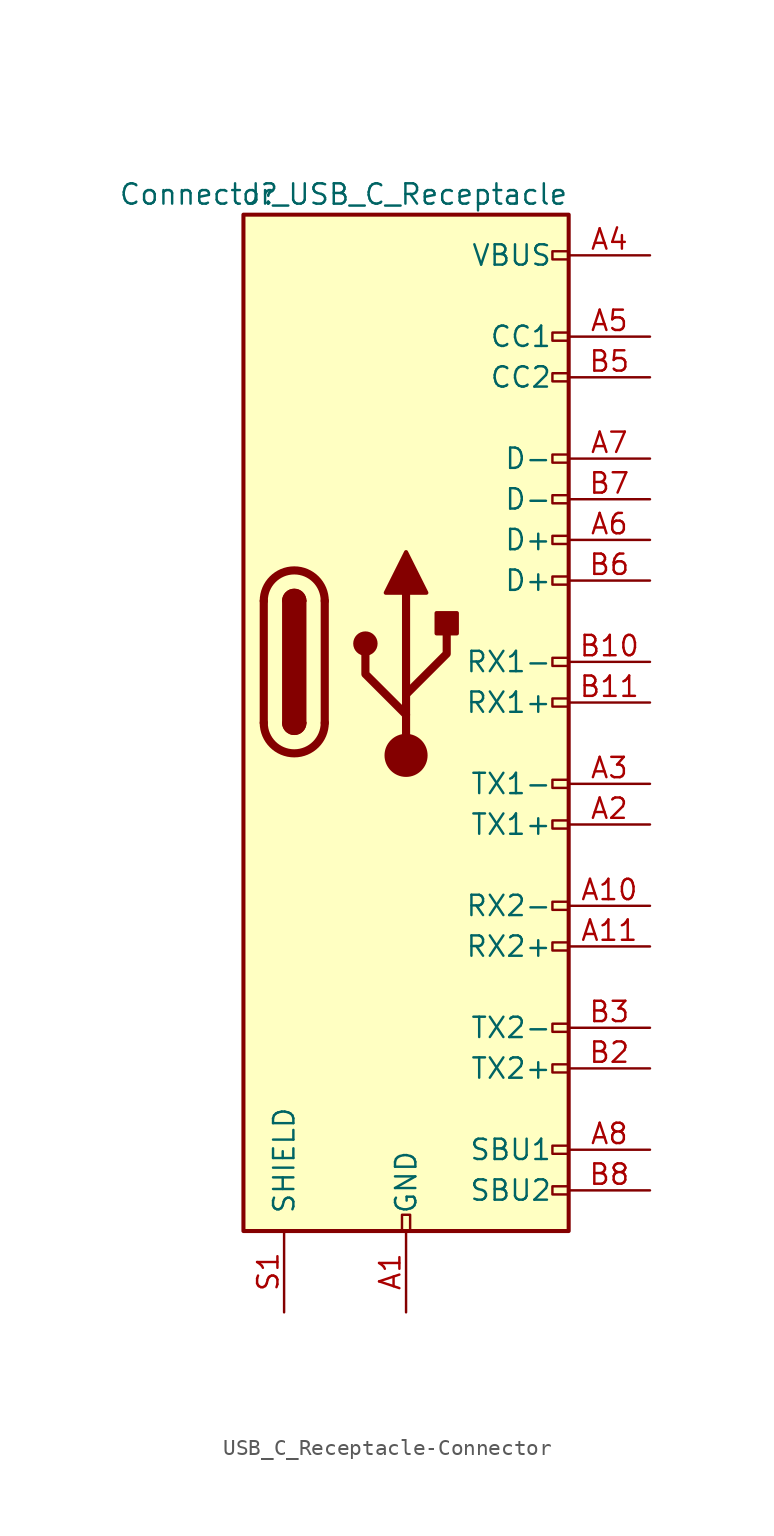
<source format=kicad_sym>
(kicad_symbol_lib
  (version 20220914)
  (generator kicad_symbol_editor)
  (symbol "USB_C_Receptacle-Connector"
    (pin_names
      (offset 1.016))
    (property "Reference" "J"
      (at -10.16 29.21 0)
      (effects (font (size 1.27 1.27)) (justify left)))
    (property "Value" "Connector_USB_C_Receptacle"
      (at 10.16 29.21 0)
      (effects (font (size 1.27 1.27)) (justify right)))
    (symbol "USB_C_Receptacle-Connector_0_0"
      (rectangle (start -0.254 -35.56) (end 0.254 -34.544) (stroke (width 0) (type solid)) (fill (type none)))
      (rectangle (start 10.16 -32.766) (end 9.144 -33.274) (stroke (width 0) (type solid)) (fill (type none)))
      (rectangle (start 10.16 -30.226) (end 9.144 -30.734) (stroke (width 0) (type solid)) (fill (type none)))
      (rectangle (start 10.16 -25.146) (end 9.144 -25.654) (stroke (width 0) (type solid)) (fill (type none)))
      (rectangle (start 10.16 -22.606) (end 9.144 -23.114) (stroke (width 0) (type solid)) (fill (type none)))
      (rectangle (start 10.16 -17.526) (end 9.144 -18.034) (stroke (width 0) (type solid)) (fill (type none)))
      (rectangle (start 10.16 -14.986) (end 9.144 -15.494) (stroke (width 0) (type solid)) (fill (type none)))
      (rectangle (start 10.16 -9.906) (end 9.144 -10.414) (stroke (width 0) (type solid)) (fill (type none)))
      (rectangle (start 10.16 -7.366) (end 9.144 -7.874) (stroke (width 0) (type solid)) (fill (type none)))
      (rectangle (start 10.16 -2.286) (end 9.144 -2.794) (stroke (width 0) (type solid)) (fill (type none)))
      (rectangle (start 10.16 0.254) (end 9.144 -0.254) (stroke (width 0) (type solid)) (fill (type none)))
      (rectangle (start 10.16 5.334) (end 9.144 4.826) (stroke (width 0) (type solid)) (fill (type none)))
      (rectangle (start 10.16 7.874) (end 9.144 7.366) (stroke (width 0) (type solid)) (fill (type none)))
      (rectangle (start 10.16 10.414) (end 9.144 9.906) (stroke (width 0) (type solid)) (fill (type none)))
      (rectangle (start 10.16 12.954) (end 9.144 12.446) (stroke (width 0) (type solid)) (fill (type none)))
      (rectangle (start 10.16 18.034) (end 9.144 17.526) (stroke (width 0) (type solid)) (fill (type none)))
      (rectangle (start 10.16 20.574) (end 9.144 20.066) (stroke (width 0) (type solid)) (fill (type none)))
      (rectangle (start 10.16 25.654) (end 9.144 25.146) (stroke (width 0) (type solid)) (fill (type none))))
    (symbol "USB_C_Receptacle-Connector_0_1"
      (rectangle (start -10.16 27.94) (end 10.16 -35.56) (stroke (width 0.254) (type solid)) (fill (type background)))
      (arc (start -8.89 -3.81) (mid -6.985 -5.7067) (end -5.08 -3.81) (stroke (width 0.508) (type solid)) (fill (type none)))
      (arc (start -7.62 -3.81) (mid -6.985 -4.4423) (end -6.35 -3.81) (stroke (width 0.254) (type solid)) (fill (type none)))
      (arc (start -7.62 -3.81) (mid -6.985 -4.4423) (end -6.35 -3.81) (stroke (width 0.254) (type solid)) (fill (type outline)))
      (rectangle (start -7.62 -3.81) (end -6.35 3.81) (stroke (width 0.254) (type solid)) (fill (type outline)))
      (arc (start -6.35 3.81) (mid -6.985 4.4423) (end -7.62 3.81) (stroke (width 0.254) (type solid)) (fill (type none)))
      (arc (start -6.35 3.81) (mid -6.985 4.4423) (end -7.62 3.81) (stroke (width 0.254) (type solid)) (fill (type outline)))
      (arc (start -5.08 3.81) (mid -6.985 5.7067) (end -8.89 3.81) (stroke (width 0.508) (type solid)) (fill (type none)))
      (polyline (pts (xy -8.89 -3.81) (xy -8.89 3.81)) (stroke (width 0.508) (type solid)) (fill (type none)))
      (polyline (pts (xy -5.08 3.81) (xy -5.08 -3.81)) (stroke (width 0.508) (type solid)) (fill (type none))))
    (symbol "USB_C_Receptacle-Connector_1_1"
      (circle (center -2.54 1.143) (radius 0.635) (stroke (width 0.254) (type solid)) (fill (type outline)))
      (circle (center 0 -5.842) (radius 1.27) (stroke (width 0) (type solid)) (fill (type outline)))
      (polyline (pts (xy 0 -5.842) (xy 0 4.318)) (stroke (width 0.508) (type solid)) (fill (type none)))
      (polyline (pts (xy 0 -3.302) (xy -2.54 -0.762) (xy -2.54 0.508)) (stroke (width 0.508) (type solid)) (fill (type none)))
      (polyline (pts (xy 0 -2.032) (xy 2.54 0.508) (xy 2.54 1.778)) (stroke (width 0.508) (type solid)) (fill (type none)))
      (polyline (pts (xy -1.27 4.318) (xy 0 6.858) (xy 1.27 4.318) (xy -1.27 4.318)) (stroke (width 0.254) (type solid)) (fill (type outline)))
      (rectangle (start 1.905 1.778) (end 3.175 3.048) (stroke (width 0.254) (type solid)) (fill (type outline)))
      (pin power_in line (at 0 -40.64 90) (length 5.08) (name "GND" (effects (font (size 1.27 1.27)))) (number "A1" (effects (font (size 1.27 1.27)))))
      (pin bidirectional line (at 15.24 -15.24 180) (length 5.08) (name "RX2-" (effects (font (size 1.27 1.27)))) (number "A10" (effects (font (size 1.27 1.27)))))
      (pin bidirectional line (at 15.24 -17.78 180) (length 5.08) (name "RX2+" (effects (font (size 1.27 1.27)))) (number "A11" (effects (font (size 1.27 1.27)))))
      (pin passive line (at 0 -40.64 90) (length 5.08) hide (name "GND" (effects (font (size 1.27 1.27)))) (number "A12" (effects (font (size 1.27 1.27)))))
      (pin bidirectional line (at 15.24 -10.16 180) (length 5.08) (name "TX1+" (effects (font (size 1.27 1.27)))) (number "A2" (effects (font (size 1.27 1.27)))))
      (pin bidirectional line (at 15.24 -7.62 180) (length 5.08) (name "TX1-" (effects (font (size 1.27 1.27)))) (number "A3" (effects (font (size 1.27 1.27)))))
      (pin power_in line (at 15.24 25.4 180) (length 5.08) (name "VBUS" (effects (font (size 1.27 1.27)))) (number "A4" (effects (font (size 1.27 1.27)))))
      (pin bidirectional line (at 15.24 20.32 180) (length 5.08) (name "CC1" (effects (font (size 1.27 1.27)))) (number "A5" (effects (font (size 1.27 1.27)))))
      (pin bidirectional line (at 15.24 7.62 180) (length 5.08) (name "D+" (effects (font (size 1.27 1.27)))) (number "A6" (effects (font (size 1.27 1.27)))))
      (pin bidirectional line (at 15.24 12.7 180) (length 5.08) (name "D-" (effects (font (size 1.27 1.27)))) (number "A7" (effects (font (size 1.27 1.27)))))
      (pin bidirectional line (at 15.24 -30.48 180) (length 5.08) (name "SBU1" (effects (font (size 1.27 1.27)))) (number "A8" (effects (font (size 1.27 1.27)))))
      (pin passive line (at 15.24 25.4 180) (length 5.08) hide (name "VBUS" (effects (font (size 1.27 1.27)))) (number "A9" (effects (font (size 1.27 1.27)))))
      (pin passive line (at 0 -40.64 90) (length 5.08) hide (name "GND" (effects (font (size 1.27 1.27)))) (number "B1" (effects (font (size 1.27 1.27)))))
      (pin bidirectional line (at 15.24 0 180) (length 5.08) (name "RX1-" (effects (font (size 1.27 1.27)))) (number "B10" (effects (font (size 1.27 1.27)))))
      (pin bidirectional line (at 15.24 -2.54 180) (length 5.08) (name "RX1+" (effects (font (size 1.27 1.27)))) (number "B11" (effects (font (size 1.27 1.27)))))
      (pin passive line (at 0 -40.64 90) (length 5.08) hide (name "GND" (effects (font (size 1.27 1.27)))) (number "B12" (effects (font (size 1.27 1.27)))))
      (pin bidirectional line (at 15.24 -25.4 180) (length 5.08) (name "TX2+" (effects (font (size 1.27 1.27)))) (number "B2" (effects (font (size 1.27 1.27)))))
      (pin bidirectional line (at 15.24 -22.86 180) (length 5.08) (name "TX2-" (effects (font (size 1.27 1.27)))) (number "B3" (effects (font (size 1.27 1.27)))))
      (pin passive line (at 15.24 25.4 180) (length 5.08) hide (name "VBUS" (effects (font (size 1.27 1.27)))) (number "B4" (effects (font (size 1.27 1.27)))))
      (pin bidirectional line (at 15.24 17.78 180) (length 5.08) (name "CC2" (effects (font (size 1.27 1.27)))) (number "B5" (effects (font (size 1.27 1.27)))))
      (pin bidirectional line (at 15.24 5.08 180) (length 5.08) (name "D+" (effects (font (size 1.27 1.27)))) (number "B6" (effects (font (size 1.27 1.27)))))
      (pin bidirectional line (at 15.24 10.16 180) (length 5.08) (name "D-" (effects (font (size 1.27 1.27)))) (number "B7" (effects (font (size 1.27 1.27)))))
      (pin bidirectional line (at 15.24 -33.02 180) (length 5.08) (name "SBU2" (effects (font (size 1.27 1.27)))) (number "B8" (effects (font (size 1.27 1.27)))))
      (pin passive line (at 15.24 25.4 180) (length 5.08) hide (name "VBUS" (effects (font (size 1.27 1.27)))) (number "B9" (effects (font (size 1.27 1.27)))))
      (pin passive line (at -7.62 -40.64 90) (length 5.08) (name "SHIELD" (effects (font (size 1.27 1.27)))) (number "S1" (effects (font (size 1.27 1.27))))))))
</source>
